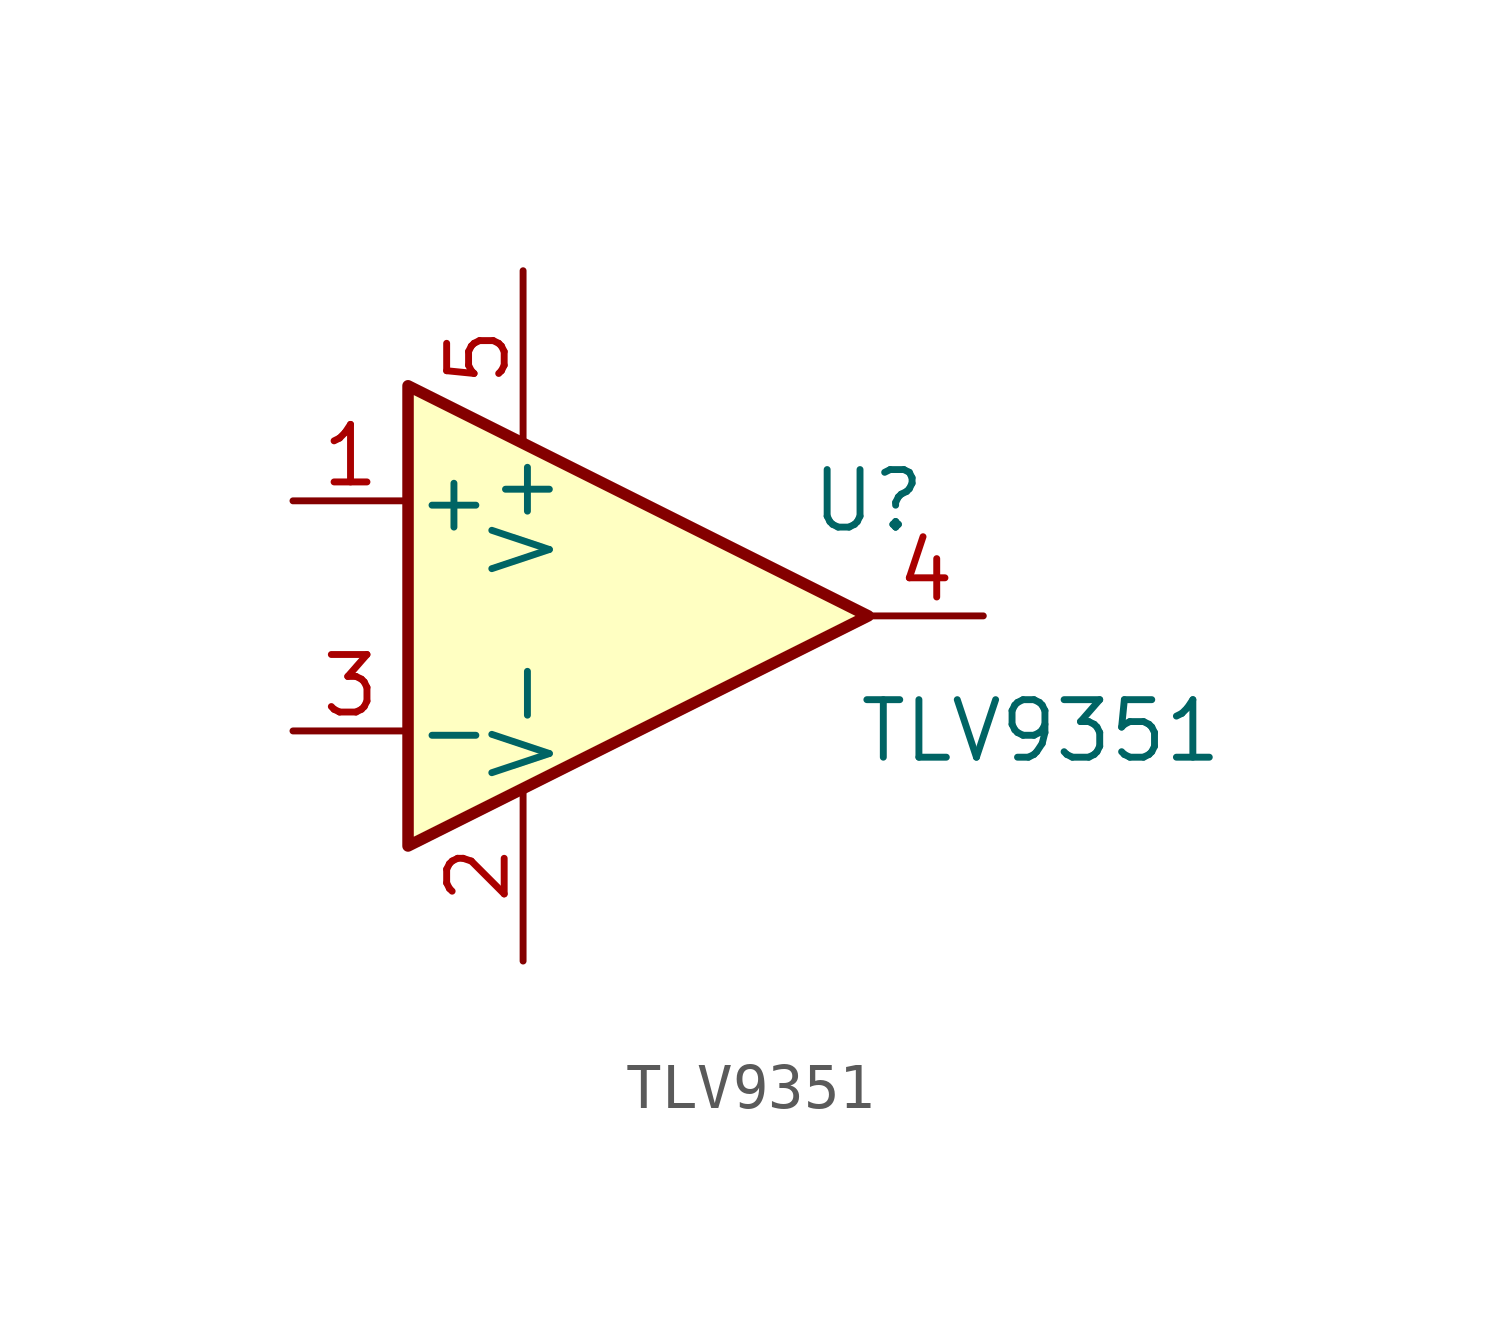
<source format=kicad_sym>
(kicad_symbol_lib
  (version 20220914)
  (generator kicad_symbol_editor)
  (symbol "TLV9351"
    (pin_names
      (offset 0.127))
    (property "Reference" "U"
      (at 7.62 2.54 0)
      (effects (font (size 1.27 1.27))))
    (property "Value" "TLV9351"
      (at 11.43 -2.54 0)
      (effects (font (size 1.27 1.27))))
    (symbol "TLV9351_0_1"
      (polyline (pts (xy -2.54 5.08) (xy -2.54 -5.08) (xy 7.62 0) (xy -2.54 5.08)) (stroke (width 0.254) (type default)) (fill (type background))))
    (symbol "TLV9351_1_1"
      (pin input line (at -5.08 2.54 0) (length 2.54) (name "+" (effects (font (size 1.27 1.27)))) (number "1" (effects (font (size 1.27 1.27)))))
      (pin power_in line (at 0 -7.62 90) (length 3.81) (name "V-" (effects (font (size 1.27 1.27)))) (number "2" (effects (font (size 1.27 1.27)))))
      (pin input line (at -5.08 -2.54 0) (length 2.54) (name "-" (effects (font (size 1.27 1.27)))) (number "3" (effects (font (size 1.27 1.27)))))
      (pin output line (at 10.16 0 180) (length 2.54) (name "~" (effects (font (size 1.27 1.27)))) (number "4" (effects (font (size 1.27 1.27)))))
      (pin power_in line (at 0 7.62 270) (length 3.81) (name "V+" (effects (font (size 1.27 1.27)))) (number "5" (effects (font (size 1.27 1.27))))))))
</source>
